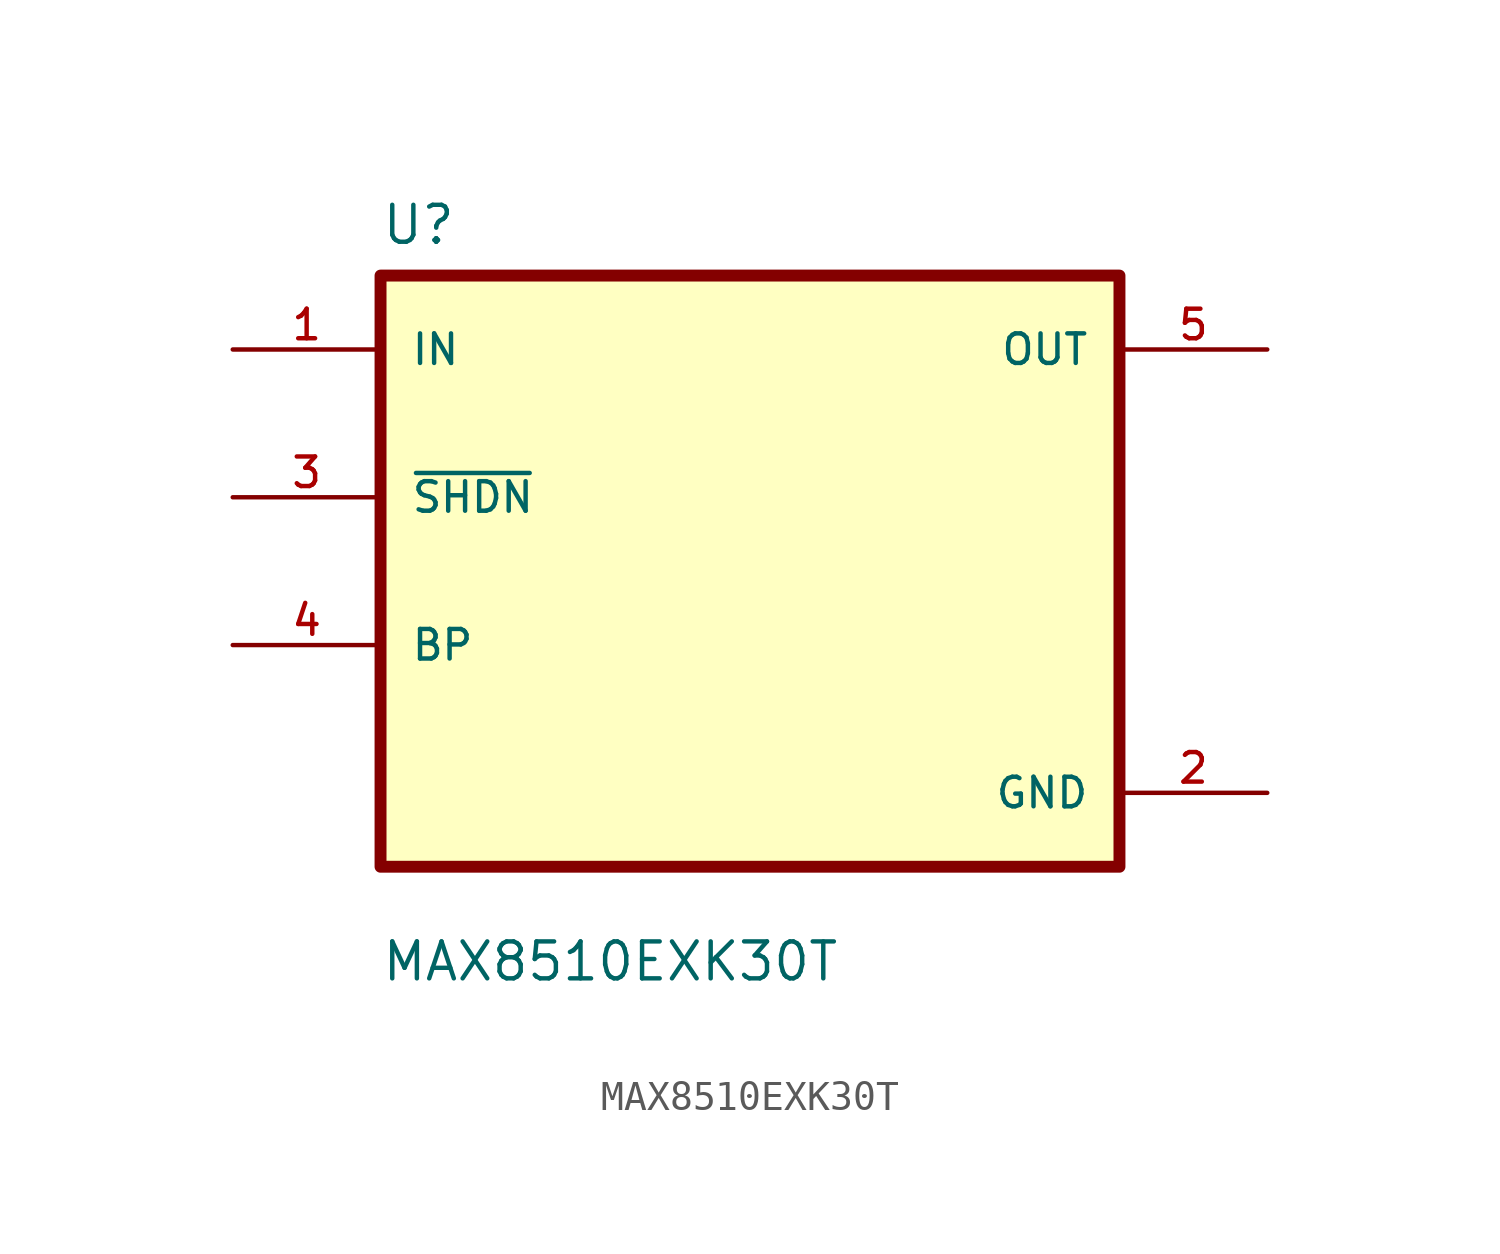
<source format=kicad_sym>
(kicad_symbol_lib
  (version 20211014)
  (generator kicad_symbol_editor)
  (symbol "MAX8510EXK30T"
    (pin_names
      (offset 1.016))
    (property "Reference" "U"
      (at -12.7 11.16 0.0)
      (effects (font (size 1.27 1.27)) (justify bottom left)))
    (property "Value" "MAX8510EXK30T"
      (at -12.7 -14.16 0.0)
      (effects (font (size 1.27 1.27)) (justify bottom left)))
    (symbol "MAX8510EXK30T_0_0"
      (rectangle (start -12.7 -10.16) (end 12.7 10.16) (stroke (width 0.41)) (fill (type background)))
      (pin input line (at -17.78 7.62 0) (length 5.08) (name "IN" (effects (font (size 1.016 1.016)))) (number "1" (effects (font (size 1.016 1.016)))))
      (pin bidirectional line (at -17.78 2.54 0) (length 5.08) (name "~{SHDN}" (effects (font (size 1.016 1.016)))) (number "3" (effects (font (size 1.016 1.016)))))
      (pin bidirectional line (at -17.78 -2.54 0) (length 5.08) (name "BP" (effects (font (size 1.016 1.016)))) (number "4" (effects (font (size 1.016 1.016)))))
      (pin output line (at 17.78 7.62 180.0) (length 5.08) (name "OUT" (effects (font (size 1.016 1.016)))) (number "5" (effects (font (size 1.016 1.016)))))
      (pin power_in line (at 17.78 -7.62 180.0) (length 5.08) (name "GND" (effects (font (size 1.016 1.016)))) (number "2" (effects (font (size 1.016 1.016))))))))
</source>
